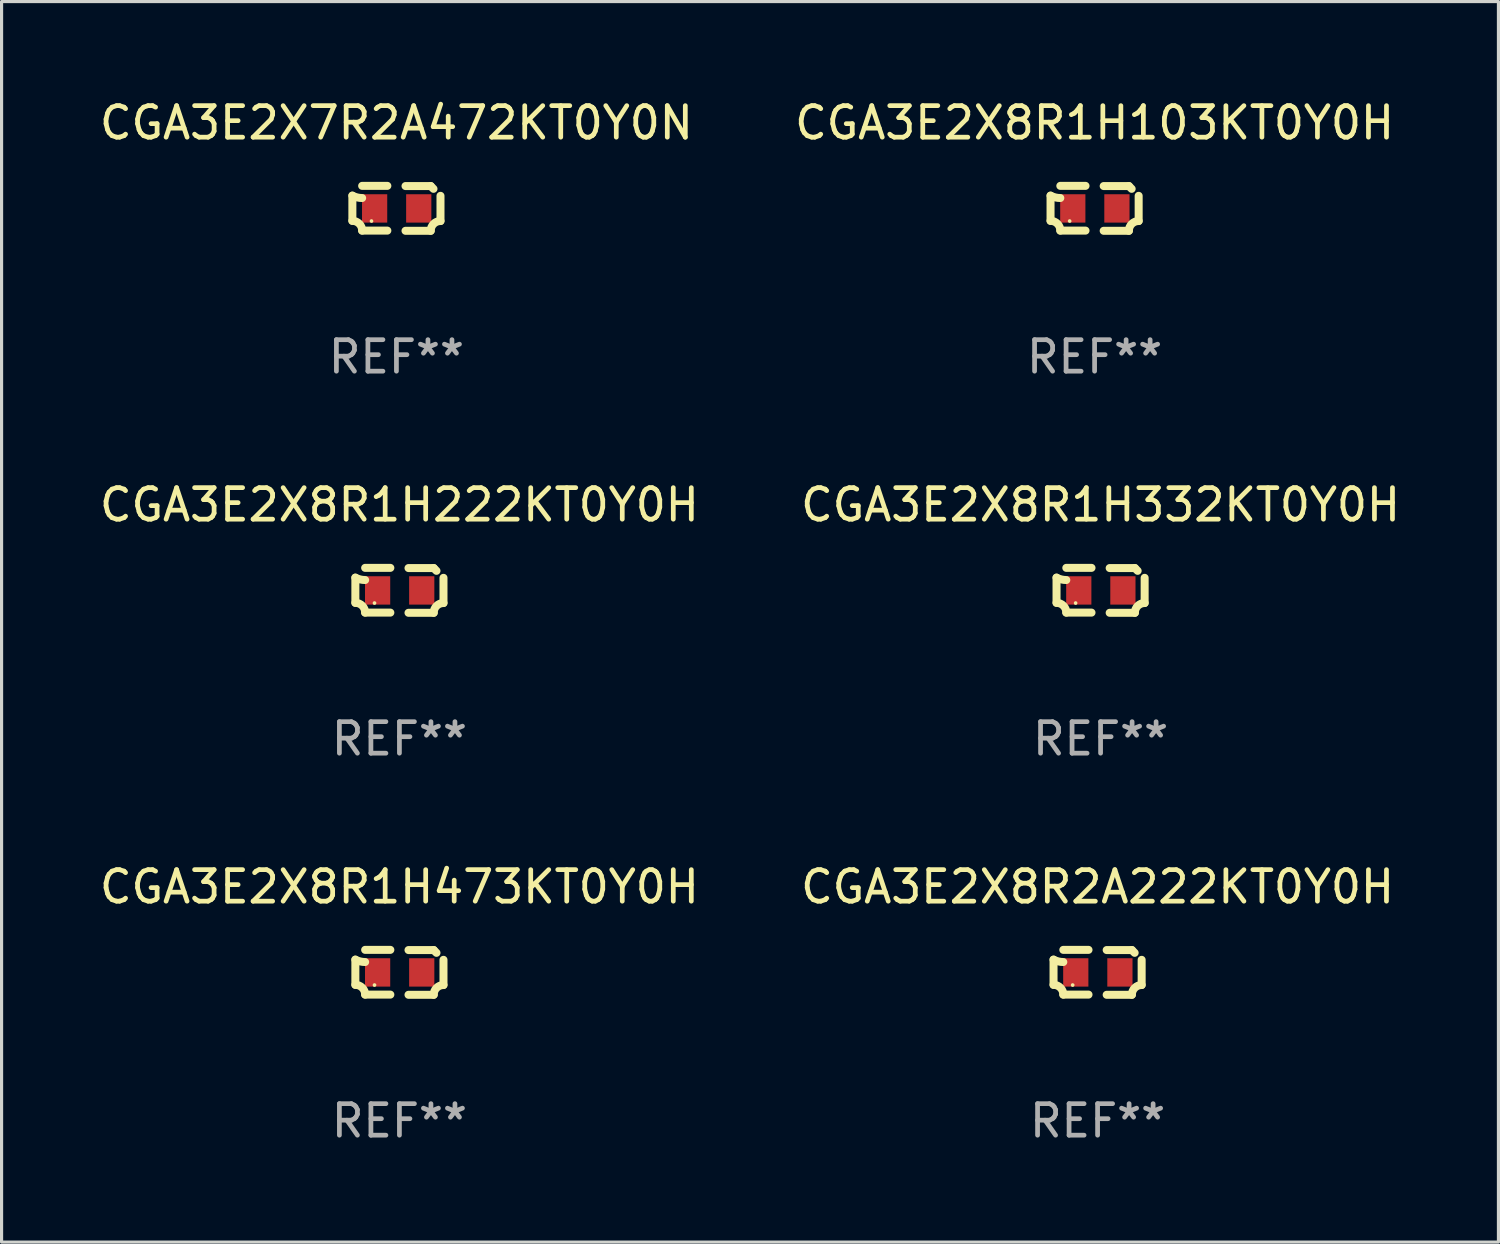
<source format=kicad_pcb>
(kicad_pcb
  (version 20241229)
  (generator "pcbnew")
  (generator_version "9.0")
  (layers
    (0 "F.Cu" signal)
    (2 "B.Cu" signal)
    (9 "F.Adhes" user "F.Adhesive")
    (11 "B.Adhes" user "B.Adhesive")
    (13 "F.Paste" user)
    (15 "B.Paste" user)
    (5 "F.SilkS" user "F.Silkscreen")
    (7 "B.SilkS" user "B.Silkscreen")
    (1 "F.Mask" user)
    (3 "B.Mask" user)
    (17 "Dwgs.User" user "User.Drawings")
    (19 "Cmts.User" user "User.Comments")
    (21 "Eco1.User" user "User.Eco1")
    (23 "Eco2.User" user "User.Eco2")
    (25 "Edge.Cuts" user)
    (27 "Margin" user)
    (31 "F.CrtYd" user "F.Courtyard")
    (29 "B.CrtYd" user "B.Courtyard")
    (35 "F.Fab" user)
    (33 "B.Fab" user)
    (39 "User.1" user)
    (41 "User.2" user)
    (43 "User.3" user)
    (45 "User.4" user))
  (footprint "CGA3E2X8R1H103KT0Y0H"
    (layer "F.Cu")
    (at 31.685 3.561)
    (property "Reference" "CGA3E2X8R1H103KT0Y0H" (at 0 -2.713 0) (layer "F.SilkS") (effects (font (size 1 1) (thickness 0.15))))
    (attr through_hole)
    (fp_line (start -1.398 -0.403) (end -1.398 0.397) (stroke (width 0.254) (type solid)) (layer "F.SilkS"))
    (fp_line (start -0.288 -0.713) (end -1.088 -0.713) (stroke (width 0.254) (type solid)) (layer "F.SilkS"))
    (fp_line (start -0.288 0.707) (end -1.088 0.707) (stroke (width 0.254) (type solid)) (layer "F.SilkS"))
    (fp_line (start 0.288 -0.707) (end 1.088 -0.707) (stroke (width 0.254) (type solid)) (layer "F.SilkS"))
    (fp_line (start 0.288 0.713) (end 1.088 0.713) (stroke (width 0.254) (type solid)) (layer "F.SilkS"))
    (fp_line (start 1.398 -0.397) (end 1.398 0.403) (stroke (width 0.254) (type solid)) (layer "F.SilkS"))
    (fp_arc (start -1.397789 0.397066) (mid -1.178701 0.487826) (end -1.08796 0.706922) (stroke (width 0.254001) (type solid)) (layer "F.SilkS"))
    (fp_arc (start -1.08796 -0.327176) (mid -1.247436 -0.346384) (end -1.39779 -0.402908) (stroke (width 0.254001) (type solid)) (layer "F.SilkS"))
    (fp_arc (start 1.087909 0.712738) (mid 1.178656 0.493655) (end 1.397739 0.402908) (stroke (width 0.254001) (type solid)) (layer "F.SilkS"))
    (fp_arc (start 1.175925 -0.618926) (mid 1.131917 -0.662923) (end 1.08791 -0.706922) (stroke (width 0.254001) (type solid)) (layer "F.SilkS"))
    (fp_circle (center -0.792 0.403) (end -0.762 0.403) (stroke (width 0.06) (type solid)) (fill no) (layer "F.SilkS"))
    (fp_text user "REF**" (at 0 4.713 0) (layer "F.Fab") (effects (font (size 1 1) (thickness 0.15))))
    (pad "1" smd rect (at -0.692 0.003) (size 0.8 0.9) (layers "F.Cu" "F.Mask" "F.Paste"))
    (pad "2" smd rect (at 0.708 0.003) (size 0.8 0.9) (layers "F.Cu" "F.Mask" "F.Paste")))
  (footprint "CGA3E2X8R2A222KT0Y0H"
    (layer "F.Cu")
    (at 31.78 27.805)
    (property "Reference" "CGA3E2X8R2A222KT0Y0H" (at 0 -2.713 0) (layer "F.SilkS") (effects (font (size 1 1) (thickness 0.15))))
    (attr through_hole)
    (fp_line (start -1.398 -0.403) (end -1.398 0.397) (stroke (width 0.254) (type solid)) (layer "F.SilkS"))
    (fp_line (start -0.288 -0.713) (end -1.088 -0.713) (stroke (width 0.254) (type solid)) (layer "F.SilkS"))
    (fp_line (start -0.288 0.707) (end -1.088 0.707) (stroke (width 0.254) (type solid)) (layer "F.SilkS"))
    (fp_line (start 0.288 -0.707) (end 1.088 -0.707) (stroke (width 0.254) (type solid)) (layer "F.SilkS"))
    (fp_line (start 0.288 0.713) (end 1.088 0.713) (stroke (width 0.254) (type solid)) (layer "F.SilkS"))
    (fp_line (start 1.398 -0.397) (end 1.398 0.403) (stroke (width 0.254) (type solid)) (layer "F.SilkS"))
    (fp_arc (start -1.397789 0.397066) (mid -1.178701 0.487826) (end -1.08796 0.706922) (stroke (width 0.254001) (type solid)) (layer "F.SilkS"))
    (fp_arc (start -1.08796 -0.327176) (mid -1.247436 -0.346384) (end -1.39779 -0.402908) (stroke (width 0.254001) (type solid)) (layer "F.SilkS"))
    (fp_arc (start 1.087909 0.712738) (mid 1.178656 0.493655) (end 1.397739 0.402908) (stroke (width 0.254001) (type solid)) (layer "F.SilkS"))
    (fp_arc (start 1.175925 -0.618926) (mid 1.131917 -0.662923) (end 1.08791 -0.706922) (stroke (width 0.254001) (type solid)) (layer "F.SilkS"))
    (fp_circle (center -0.792 0.403) (end -0.762 0.403) (stroke (width 0.06) (type solid)) (fill no) (layer "F.SilkS"))
    (fp_text user "REF**" (at 0 4.713 0) (layer "F.Fab") (effects (font (size 1 1) (thickness 0.15))))
    (pad "1" smd rect (at -0.692 0.003) (size 0.8 0.9) (layers "F.Cu" "F.Mask" "F.Paste"))
    (pad "2" smd rect (at 0.708 0.003) (size 0.8 0.9) (layers "F.Cu" "F.Mask" "F.Paste")))
  (footprint "CGA3E2X8R1H222KT0Y0H"
    (layer "F.Cu")
    (at 9.625 15.683)
    (property "Reference" "CGA3E2X8R1H222KT0Y0H" (at 0 -2.713 0) (layer "F.SilkS") (effects (font (size 1 1) (thickness 0.15))))
    (attr through_hole)
    (fp_line (start -1.398 -0.403) (end -1.398 0.397) (stroke (width 0.254) (type solid)) (layer "F.SilkS"))
    (fp_line (start -0.288 -0.713) (end -1.088 -0.713) (stroke (width 0.254) (type solid)) (layer "F.SilkS"))
    (fp_line (start -0.288 0.707) (end -1.088 0.707) (stroke (width 0.254) (type solid)) (layer "F.SilkS"))
    (fp_line (start 0.288 -0.707) (end 1.088 -0.707) (stroke (width 0.254) (type solid)) (layer "F.SilkS"))
    (fp_line (start 0.288 0.713) (end 1.088 0.713) (stroke (width 0.254) (type solid)) (layer "F.SilkS"))
    (fp_line (start 1.398 -0.397) (end 1.398 0.403) (stroke (width 0.254) (type solid)) (layer "F.SilkS"))
    (fp_arc (start -1.397789 0.397066) (mid -1.178701 0.487826) (end -1.08796 0.706922) (stroke (width 0.254001) (type solid)) (layer "F.SilkS"))
    (fp_arc (start -1.08796 -0.327176) (mid -1.247436 -0.346384) (end -1.39779 -0.402908) (stroke (width 0.254001) (type solid)) (layer "F.SilkS"))
    (fp_arc (start 1.087909 0.712738) (mid 1.178656 0.493655) (end 1.397739 0.402908) (stroke (width 0.254001) (type solid)) (layer "F.SilkS"))
    (fp_arc (start 1.175925 -0.618926) (mid 1.131917 -0.662923) (end 1.08791 -0.706922) (stroke (width 0.254001) (type solid)) (layer "F.SilkS"))
    (fp_circle (center -0.792 0.403) (end -0.762 0.403) (stroke (width 0.06) (type solid)) (fill no) (layer "F.SilkS"))
    (fp_text user "REF**" (at 0 4.713 0) (layer "F.Fab") (effects (font (size 1 1) (thickness 0.15))))
    (pad "1" smd rect (at -0.692 0.003) (size 0.8 0.9) (layers "F.Cu" "F.Mask" "F.Paste"))
    (pad "2" smd rect (at 0.708 0.003) (size 0.8 0.9) (layers "F.Cu" "F.Mask" "F.Paste")))
  (footprint "CGA3E2X7R2A472KT0Y0N"
    (layer "F.Cu")
    (at 9.53 3.561)
    (property "Reference" "CGA3E2X7R2A472KT0Y0N" (at 0 -2.713 0) (layer "F.SilkS") (effects (font (size 1 1) (thickness 0.15))))
    (attr through_hole)
    (fp_line (start -1.398 -0.403) (end -1.398 0.397) (stroke (width 0.254) (type solid)) (layer "F.SilkS"))
    (fp_line (start -0.288 -0.713) (end -1.088 -0.713) (stroke (width 0.254) (type solid)) (layer "F.SilkS"))
    (fp_line (start -0.288 0.707) (end -1.088 0.707) (stroke (width 0.254) (type solid)) (layer "F.SilkS"))
    (fp_line (start 0.288 -0.707) (end 1.088 -0.707) (stroke (width 0.254) (type solid)) (layer "F.SilkS"))
    (fp_line (start 0.288 0.713) (end 1.088 0.713) (stroke (width 0.254) (type solid)) (layer "F.SilkS"))
    (fp_line (start 1.398 -0.397) (end 1.398 0.403) (stroke (width 0.254) (type solid)) (layer "F.SilkS"))
    (fp_arc (start -1.397789 0.397066) (mid -1.178701 0.487826) (end -1.08796 0.706922) (stroke (width 0.254001) (type solid)) (layer "F.SilkS"))
    (fp_arc (start -1.08796 -0.327176) (mid -1.247436 -0.346384) (end -1.39779 -0.402908) (stroke (width 0.254001) (type solid)) (layer "F.SilkS"))
    (fp_arc (start 1.087909 0.712738) (mid 1.178656 0.493655) (end 1.397739 0.402908) (stroke (width 0.254001) (type solid)) (layer "F.SilkS"))
    (fp_arc (start 1.175925 -0.618926) (mid 1.131917 -0.662923) (end 1.08791 -0.706922) (stroke (width 0.254001) (type solid)) (layer "F.SilkS"))
    (fp_circle (center -0.792 0.403) (end -0.762 0.403) (stroke (width 0.06) (type solid)) (fill no) (layer "F.SilkS"))
    (fp_text user "REF**" (at 0 4.713 0) (layer "F.Fab") (effects (font (size 1 1) (thickness 0.15))))
    (pad "1" smd rect (at -0.692 0.003) (size 0.8 0.9) (layers "F.Cu" "F.Mask" "F.Paste"))
    (pad "2" smd rect (at 0.708 0.003) (size 0.8 0.9) (layers "F.Cu" "F.Mask" "F.Paste")))
  (footprint "CGA3E2X8R1H332KT0Y0H"
    (layer "F.Cu")
    (at 31.875 15.683)
    (property "Reference" "CGA3E2X8R1H332KT0Y0H" (at 0 -2.713 0) (layer "F.SilkS") (effects (font (size 1 1) (thickness 0.15))))
    (attr through_hole)
    (fp_line (start -1.398 -0.403) (end -1.398 0.397) (stroke (width 0.254) (type solid)) (layer "F.SilkS"))
    (fp_line (start -0.288 -0.713) (end -1.088 -0.713) (stroke (width 0.254) (type solid)) (layer "F.SilkS"))
    (fp_line (start -0.288 0.707) (end -1.088 0.707) (stroke (width 0.254) (type solid)) (layer "F.SilkS"))
    (fp_line (start 0.288 -0.707) (end 1.088 -0.707) (stroke (width 0.254) (type solid)) (layer "F.SilkS"))
    (fp_line (start 0.288 0.713) (end 1.088 0.713) (stroke (width 0.254) (type solid)) (layer "F.SilkS"))
    (fp_line (start 1.398 -0.397) (end 1.398 0.403) (stroke (width 0.254) (type solid)) (layer "F.SilkS"))
    (fp_arc (start -1.397789 0.397066) (mid -1.178701 0.487826) (end -1.08796 0.706922) (stroke (width 0.254001) (type solid)) (layer "F.SilkS"))
    (fp_arc (start -1.08796 -0.327176) (mid -1.247436 -0.346384) (end -1.39779 -0.402908) (stroke (width 0.254001) (type solid)) (layer "F.SilkS"))
    (fp_arc (start 1.087909 0.712738) (mid 1.178656 0.493655) (end 1.397739 0.402908) (stroke (width 0.254001) (type solid)) (layer "F.SilkS"))
    (fp_arc (start 1.175925 -0.618926) (mid 1.131917 -0.662923) (end 1.08791 -0.706922) (stroke (width 0.254001) (type solid)) (layer "F.SilkS"))
    (fp_circle (center -0.792 0.403) (end -0.762 0.403) (stroke (width 0.06) (type solid)) (fill no) (layer "F.SilkS"))
    (fp_text user "REF**" (at 0 4.713 0) (layer "F.Fab") (effects (font (size 1 1) (thickness 0.15))))
    (pad "1" smd rect (at -0.692 0.003) (size 0.8 0.9) (layers "F.Cu" "F.Mask" "F.Paste"))
    (pad "2" smd rect (at 0.708 0.003) (size 0.8 0.9) (layers "F.Cu" "F.Mask" "F.Paste")))
  (footprint "CGA3E2X8R1H473KT0Y0H"
    (layer "F.Cu")
    (at 9.625 27.805)
    (property "Reference" "CGA3E2X8R1H473KT0Y0H" (at 0 -2.713 0) (layer "F.SilkS") (effects (font (size 1 1) (thickness 0.15))))
    (attr through_hole)
    (fp_line (start -1.398 -0.403) (end -1.398 0.397) (stroke (width 0.254) (type solid)) (layer "F.SilkS"))
    (fp_line (start -0.288 -0.713) (end -1.088 -0.713) (stroke (width 0.254) (type solid)) (layer "F.SilkS"))
    (fp_line (start -0.288 0.707) (end -1.088 0.707) (stroke (width 0.254) (type solid)) (layer "F.SilkS"))
    (fp_line (start 0.288 -0.707) (end 1.088 -0.707) (stroke (width 0.254) (type solid)) (layer "F.SilkS"))
    (fp_line (start 0.288 0.713) (end 1.088 0.713) (stroke (width 0.254) (type solid)) (layer "F.SilkS"))
    (fp_line (start 1.398 -0.397) (end 1.398 0.403) (stroke (width 0.254) (type solid)) (layer "F.SilkS"))
    (fp_arc (start -1.397789 0.397066) (mid -1.178701 0.487826) (end -1.08796 0.706922) (stroke (width 0.254001) (type solid)) (layer "F.SilkS"))
    (fp_arc (start -1.08796 -0.327176) (mid -1.247436 -0.346384) (end -1.39779 -0.402908) (stroke (width 0.254001) (type solid)) (layer "F.SilkS"))
    (fp_arc (start 1.087909 0.712738) (mid 1.178656 0.493655) (end 1.397739 0.402908) (stroke (width 0.254001) (type solid)) (layer "F.SilkS"))
    (fp_arc (start 1.175925 -0.618926) (mid 1.131917 -0.662923) (end 1.08791 -0.706922) (stroke (width 0.254001) (type solid)) (layer "F.SilkS"))
    (fp_circle (center -0.792 0.403) (end -0.762 0.403) (stroke (width 0.06) (type solid)) (fill no) (layer "F.SilkS"))
    (fp_text user "REF**" (at 0 4.713 0) (layer "F.Fab") (effects (font (size 1 1) (thickness 0.15))))
    (pad "1" smd rect (at -0.692 0.003) (size 0.8 0.9) (layers "F.Cu" "F.Mask" "F.Paste"))
    (pad "2" smd rect (at 0.708 0.003) (size 0.8 0.9) (layers "F.Cu" "F.Mask" "F.Paste")))
  (gr_rect
    (start -3 -3)
    (end 44.5 36.366)
    (stroke (width 0.1) (type default))
    (fill no)
    (layer "Edge.Cuts")))
</source>
